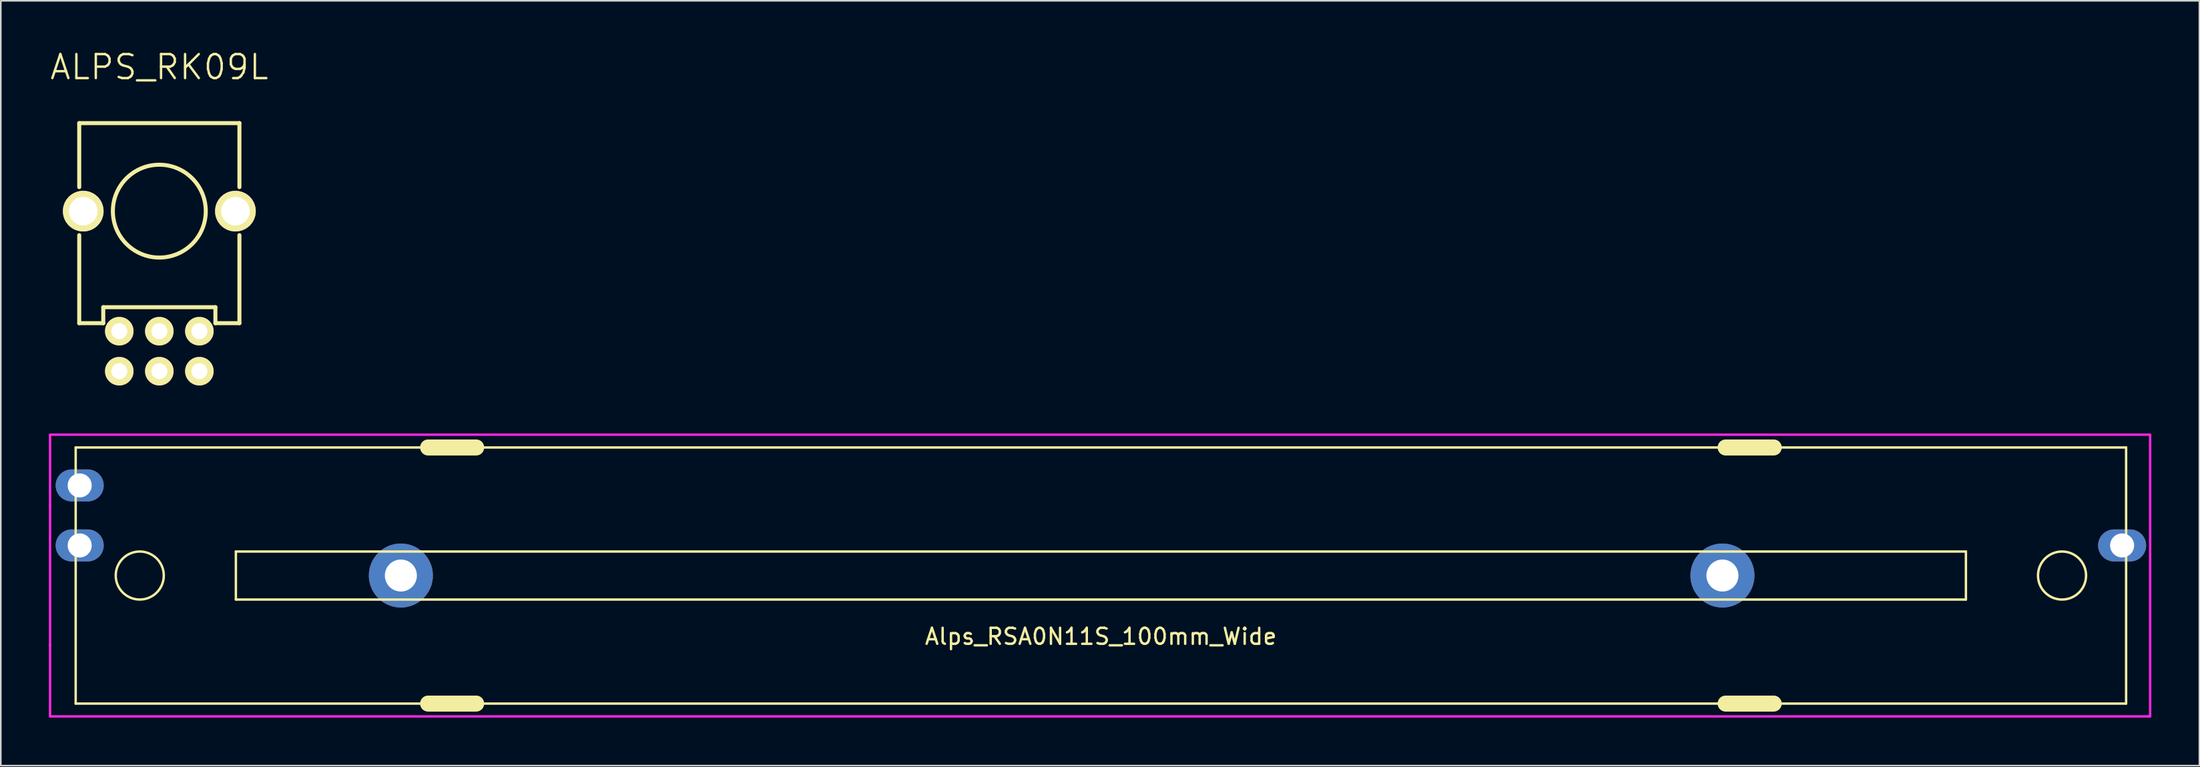
<source format=kicad_pcb>
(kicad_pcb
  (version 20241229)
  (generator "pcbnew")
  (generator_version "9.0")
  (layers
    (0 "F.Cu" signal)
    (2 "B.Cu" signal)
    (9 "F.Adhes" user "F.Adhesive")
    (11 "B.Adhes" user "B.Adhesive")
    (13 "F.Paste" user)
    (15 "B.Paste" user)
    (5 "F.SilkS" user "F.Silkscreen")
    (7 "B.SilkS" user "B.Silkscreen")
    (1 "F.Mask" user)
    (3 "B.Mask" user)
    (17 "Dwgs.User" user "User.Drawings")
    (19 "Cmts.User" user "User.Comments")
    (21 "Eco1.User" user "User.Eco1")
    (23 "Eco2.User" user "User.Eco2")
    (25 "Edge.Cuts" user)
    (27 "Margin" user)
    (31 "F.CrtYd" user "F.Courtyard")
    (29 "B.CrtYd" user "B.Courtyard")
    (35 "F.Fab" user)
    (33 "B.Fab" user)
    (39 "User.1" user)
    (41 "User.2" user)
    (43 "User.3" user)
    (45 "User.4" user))
  (footprint "Alps_RSA0N11S_100mm_Wide"
    (layer "F.Cu")
    (at 65.675 32.906)
    (property "Reference" "Alps_RSA0N11S_100mm_Wide" (at 0 3.81 0) (layer "F.SilkS") (effects (font (size 1 1) (thickness 0.15))))
    (attr through_hole)
    (fp_line (start -64 -8) (end 64 -8) (stroke (width 0.15) (type solid)) (layer "F.SilkS"))
    (fp_line (start -64 8) (end -64 -8) (stroke (width 0.15) (type solid)) (layer "F.SilkS"))
    (fp_line (start -54 -1.5) (end 54 -1.5) (stroke (width 0.15) (type solid)) (layer "F.SilkS"))
    (fp_line (start -54 1.5) (end -54 -1.5) (stroke (width 0.15) (type solid)) (layer "F.SilkS"))
    (fp_line (start -39 -8) (end -42 -8) (stroke (width 1) (type solid)) (layer "F.SilkS"))
    (fp_line (start -39 8) (end -42 8) (stroke (width 1) (type solid)) (layer "F.SilkS"))
    (fp_line (start 39 -8) (end 42 -8) (stroke (width 1) (type solid)) (layer "F.SilkS"))
    (fp_line (start 42 8) (end 39 8) (stroke (width 1) (type solid)) (layer "F.SilkS"))
    (fp_line (start 54 -1.5) (end 54 1.5) (stroke (width 0.15) (type solid)) (layer "F.SilkS"))
    (fp_line (start 54 1.5) (end -54 1.5) (stroke (width 0.15) (type solid)) (layer "F.SilkS"))
    (fp_line (start 64 -8) (end 64 8) (stroke (width 0.15) (type solid)) (layer "F.SilkS"))
    (fp_line (start 64 8) (end -64 8) (stroke (width 0.15) (type solid)) (layer "F.SilkS"))
    (fp_circle (center -60 0) (end -60 1.5) (stroke (width 0.15) (type solid)) (fill no) (layer "F.SilkS"))
    (fp_circle (center 60 0) (end 60 1.5) (stroke (width 0.15) (type solid)) (fill no) (layer "F.SilkS"))
    (fp_line (start -65.6 -8.8) (end -65.6 8.8) (stroke (width 0.15) (type solid)) (layer "F.CrtYd"))
    (fp_line (start -65.6 -4.4) (end -65.6 -4.3) (stroke (width 0.15) (type solid)) (layer "F.CrtYd"))
    (fp_line (start -65.6 4.3) (end -65.6 4.4) (stroke (width 0.15) (type solid)) (layer "F.CrtYd"))
    (fp_line (start -65.6 8.8) (end 65.5 8.8) (stroke (width 0.15) (type solid)) (layer "F.CrtYd"))
    (fp_line (start 65.5 -8.8) (end -65.6 -8.8) (stroke (width 0.15) (type solid)) (layer "F.CrtYd"))
    (fp_line (start 65.5 8.8) (end 65.5 -8.8) (stroke (width 0.15) (type solid)) (layer "F.CrtYd"))
    (pad "1" thru_hole oval (at -63.75 -1.88) (size 3 2) (drill 1.5) (layers "*.Cu" "*.Mask"))
    (pad "2" thru_hole oval (at -63.75 -5.63) (size 3 2) (drill 1.5) (layers "*.Cu" "*.Mask"))
    (pad "3" thru_hole oval (at 63.75 -1.88) (size 3 2) (drill 1.5) (layers "*.Cu" "*.Mask"))
    (pad "4" thru_hole circle (at -43.7 0) (size 4 4) (drill 2) (layers "*.Cu" "*.Mask"))
    (pad "5" thru_hole circle (at 38.8 0) (size 4 4) (drill 2) (layers "*.Cu" "*.Mask")))
  (footprint "ALPS_RK09L"
    (layer "F.Cu")
    (at 6.896 10.141)
    (property "Reference" "ALPS_RK09L" (at 0 -9 0) (layer "F.SilkS") (effects (font (size 1.5 1.5) (thickness 0.15))))
    (attr through_hole)
    (fp_line (start -5 -5.5) (end 5 -5.5) (stroke (width 0.25) (type solid)) (layer "F.SilkS"))
    (fp_line (start -5 -1.5) (end -5 -5.5) (stroke (width 0.25) (type solid)) (layer "F.SilkS"))
    (fp_line (start -5 7) (end -5 1.5) (stroke (width 0.25) (type solid)) (layer "F.SilkS"))
    (fp_line (start -3.5 6) (end -3.5 7) (stroke (width 0.25) (type solid)) (layer "F.SilkS"))
    (fp_line (start -3.5 7) (end -5 7) (stroke (width 0.25) (type solid)) (layer "F.SilkS"))
    (fp_line (start 3.5 6) (end -3.5 6) (stroke (width 0.25) (type solid)) (layer "F.SilkS"))
    (fp_line (start 3.5 7) (end 3.5 6) (stroke (width 0.25) (type solid)) (layer "F.SilkS"))
    (fp_line (start 5 -5.5) (end 5 -1.5) (stroke (width 0.25) (type solid)) (layer "F.SilkS"))
    (fp_line (start 5 1.5) (end 5 7) (stroke (width 0.25) (type solid)) (layer "F.SilkS"))
    (fp_line (start 5 7) (end 3.5 7) (stroke (width 0.25) (type solid)) (layer "F.SilkS"))
    (fp_circle (center 0 0) (end 0 -2.9) (stroke (width 0.25) (type solid)) (fill no) (layer "F.SilkS"))
    (pad "1" thru_hole circle (at -2.5 7.5) (size 1.78 1.78) (drill 1) (layers "*.Cu" "*.Mask" "F.SilkS"))
    (pad "2" thru_hole circle (at 0 7.5) (size 1.78 1.78) (drill 1) (layers "*.Cu" "*.Mask" "F.SilkS"))
    (pad "3" thru_hole circle (at 2.5 7.5) (size 1.78 1.78) (drill 1) (layers "*.Cu" "*.Mask" "F.SilkS"))
    (pad "4" thru_hole circle (at -2.5 10) (size 1.78 1.78) (drill 1) (layers "*.Cu" "*.Mask" "F.SilkS"))
    (pad "5" thru_hole circle (at 0 10) (size 1.78 1.78) (drill 1) (layers "*.Cu" "*.Mask" "F.SilkS"))
    (pad "6" thru_hole circle (at 2.5 10) (size 1.78 1.78) (drill 1) (layers "*.Cu" "*.Mask" "F.SilkS"))
    (pad "7" thru_hole circle (at -4.75 0) (size 2.54 2.54) (drill 1.78) (layers "*.Cu" "*.Mask" "F.SilkS"))
    (pad "8" thru_hole circle (at 4.75 0) (size 2.54 2.54) (drill 1.78) (layers "*.Cu" "*.Mask" "F.SilkS")))
  (gr_rect
    (start -3 -3)
    (end 134.25 44.781)
    (stroke (width 0.1) (type default))
    (fill no)
    (layer "Edge.Cuts")))
</source>
